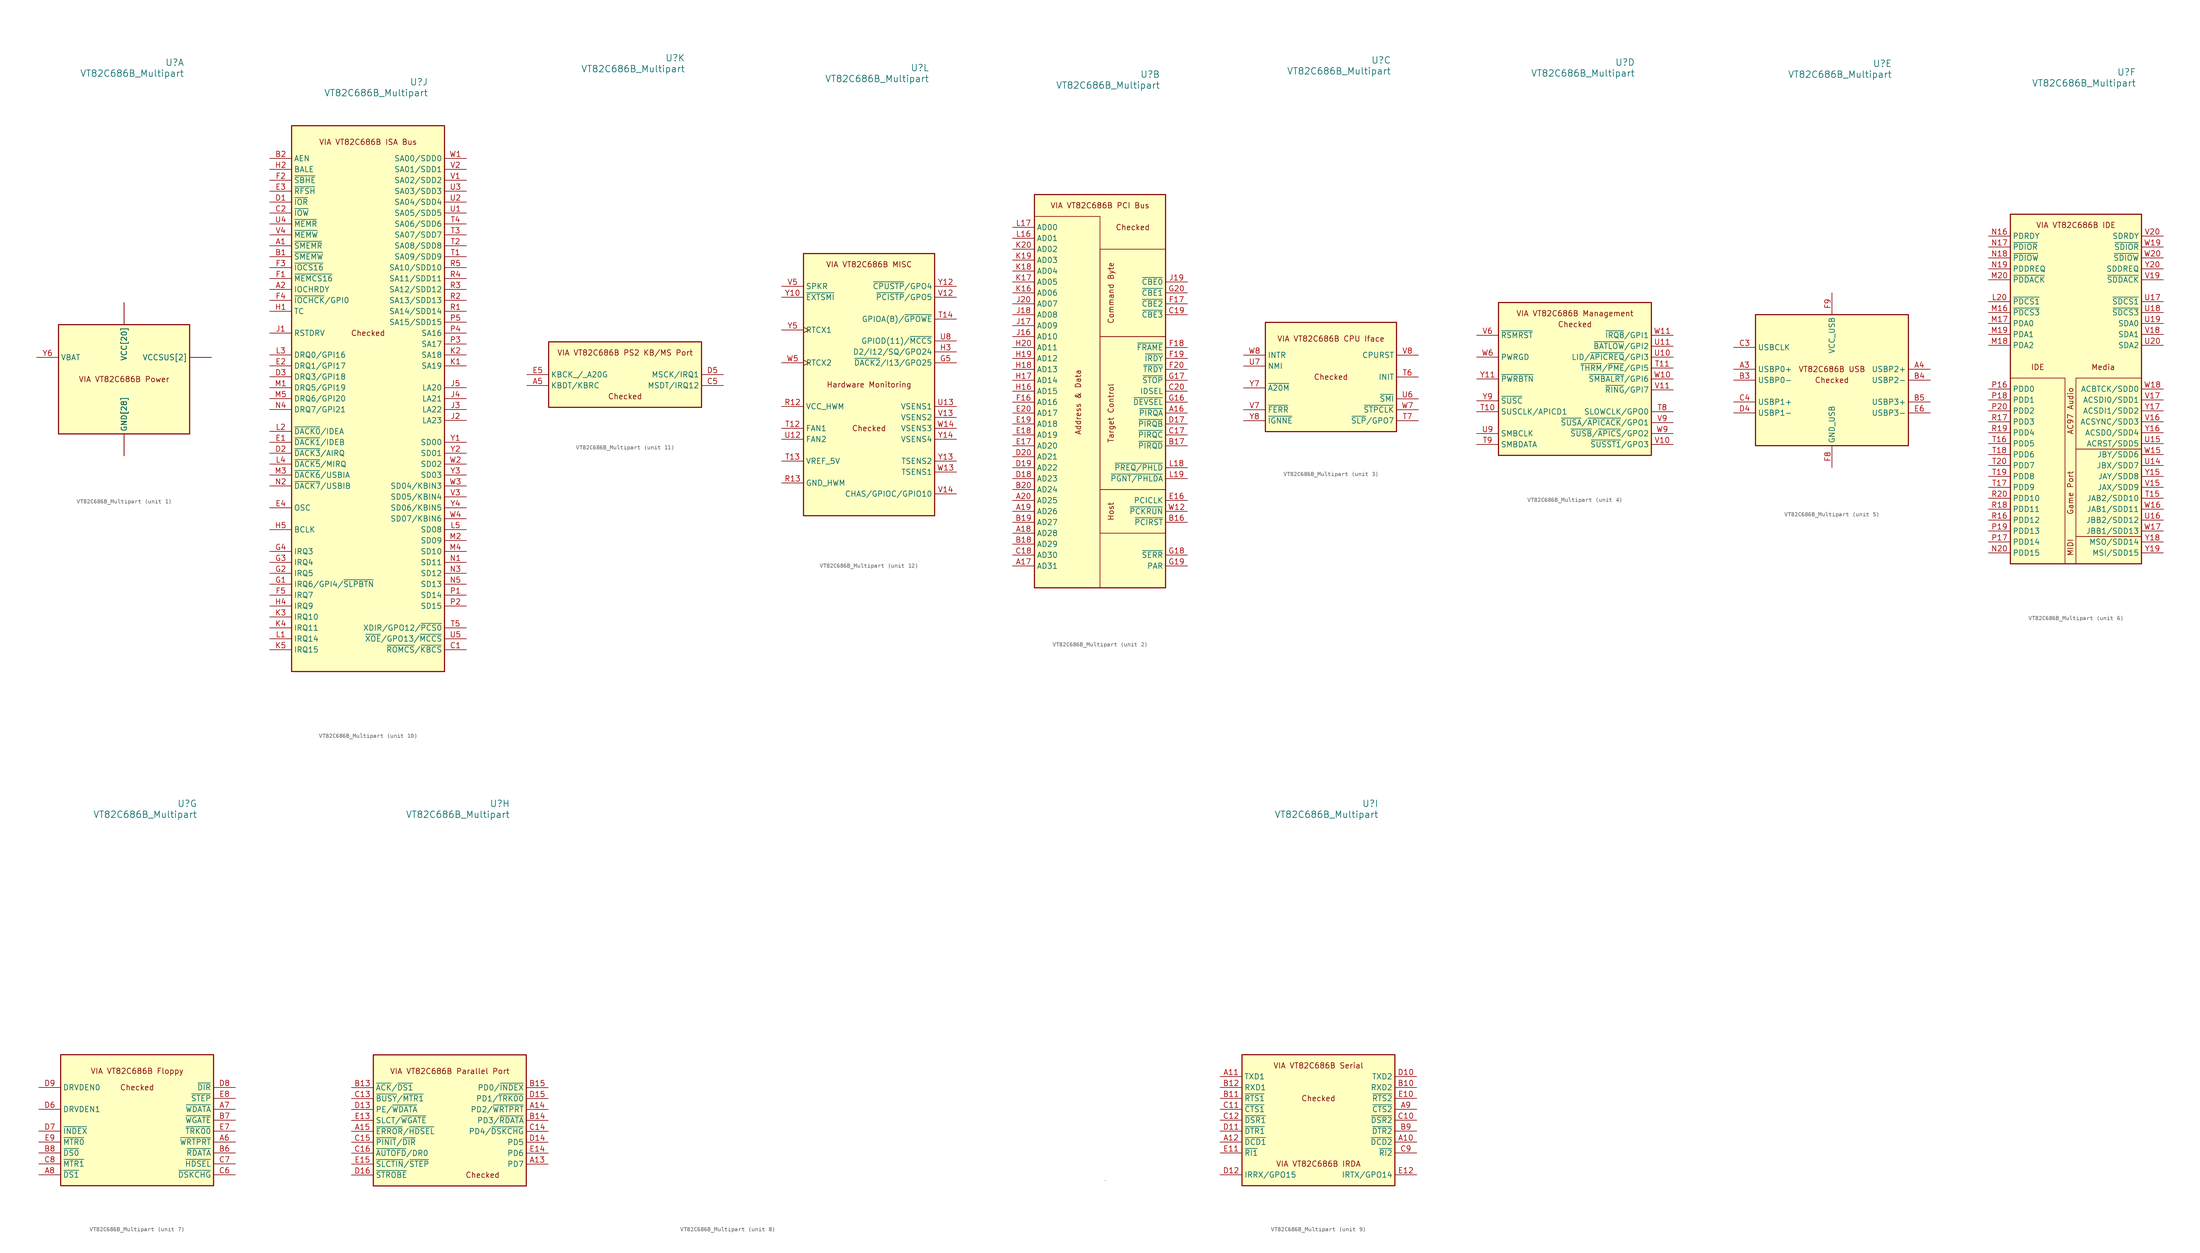
<source format=kicad_sym>
(kicad_symbol_lib
  (version 20211014)
  (generator kicad_symbol_editor)
  (symbol "VT82C686B_Multipart"
    (property "Reference" "U"
      (at 13.97 73.66 0)
      (effects (font (size 1.524 1.524)) (justify right)))
    (property "Value" "VT82C686B_Multipart"
      (at 13.97 71.12 0)
      (effects (font (size 1.524 1.524)) (justify right)))
    (property "ki_locked" ""
      (at 0 0 0)
      (effects (font (size 1.27 1.27))))
    (symbol "VT82C686B_Multipart_1_0"
      (text "VIA VT82C686B Power" (at 0 0 0) (effects (font (size 1.27 1.27))))
      (pin power_in line (at 0 17.78 270) (length 5.08) (name "VCC[20]" (effects (font (size 1.27 1.27)))) (number "F7" (effects (font (size 0 0))))))
    (symbol "VT82C686B_Multipart_1_1"
      (rectangle (start -15.24 12.7) (end 15.24 -12.7) (stroke (width 0.254) (type default) (color 0 0 0 0)) (fill (type background)))
      (pin power_in line (at 0 17.78 270) (length 5.08) (name "VCC[20]" (effects (font (size 1.27 1.27)))) (number "F10" (effects (font (size 0 0)))))
      (pin power_in line (at 0 -17.78 90) (length 5.08) (name "GND[28]" (effects (font (size 1.27 1.27)))) (number "F11" (effects (font (size 0 0)))))
      (pin power_in line (at 0 17.78 270) (length 5.08) (name "VCC[20]" (effects (font (size 1.27 1.27)))) (number "F12" (effects (font (size 0 0)))))
      (pin power_in line (at 0 17.78 270) (length 5.08) (name "VCC[20]" (effects (font (size 1.27 1.27)))) (number "F13" (effects (font (size 0 0)))))
      (pin power_in line (at 0 17.78 270) (length 5.08) (name "VCC[20]" (effects (font (size 1.27 1.27)))) (number "F14" (effects (font (size 0 0)))))
      (pin power_in line (at 0 -17.78 90) (length 5.08) (name "GND[28]" (effects (font (size 1.27 1.27)))) (number "F15" (effects (font (size 0 0)))))
      (pin power_in line (at 0 -17.78 90) (length 5.08) (name "GND[28]" (effects (font (size 1.27 1.27)))) (number "F6" (effects (font (size 0 0)))))
      (pin power_in line (at 0 -17.78 90) (length 5.08) (name "GND[28]" (effects (font (size 1.27 1.27)))) (number "G15" (effects (font (size 0 0)))))
      (pin power_in line (at 0 -17.78 90) (length 5.08) (name "GND[28]" (effects (font (size 1.27 1.27)))) (number "G6" (effects (font (size 0 0)))))
      (pin power_in line (at 0 17.78 270) (length 5.08) (name "VCC[20]" (effects (font (size 1.27 1.27)))) (number "H15" (effects (font (size 0 0)))))
      (pin power_in line (at 0 17.78 270) (length 5.08) (name "VCC[20]" (effects (font (size 1.27 1.27)))) (number "H6" (effects (font (size 0 0)))))
      (pin power_in line (at 0 -17.78 90) (length 5.08) (name "GND[28]" (effects (font (size 1.27 1.27)))) (number "J10" (effects (font (size 0 0)))))
      (pin power_in line (at 0 -17.78 90) (length 5.08) (name "GND[28]" (effects (font (size 1.27 1.27)))) (number "J11" (effects (font (size 0 0)))))
      (pin power_in line (at 0 -17.78 90) (length 5.08) (name "GND[28]" (effects (font (size 1.27 1.27)))) (number "J12" (effects (font (size 0 0)))))
      (pin power_in line (at 0 17.78 270) (length 5.08) (name "VCC[20]" (effects (font (size 1.27 1.27)))) (number "J15" (effects (font (size 0 0)))))
      (pin power_in line (at 0 17.78 270) (length 5.08) (name "VCC[20]" (effects (font (size 1.27 1.27)))) (number "J6" (effects (font (size 0 0)))))
      (pin power_in line (at 0 -17.78 90) (length 5.08) (name "GND[28]" (effects (font (size 1.27 1.27)))) (number "J9" (effects (font (size 0 0)))))
      (pin power_in line (at 0 -17.78 90) (length 5.08) (name "GND[28]" (effects (font (size 1.27 1.27)))) (number "K10" (effects (font (size 0 0)))))
      (pin power_in line (at 0 -17.78 90) (length 5.08) (name "GND[28]" (effects (font (size 1.27 1.27)))) (number "K11" (effects (font (size 0 0)))))
      (pin power_in line (at 0 -17.78 90) (length 5.08) (name "GND[28]" (effects (font (size 1.27 1.27)))) (number "K12" (effects (font (size 0 0)))))
      (pin power_in line (at 0 17.78 270) (length 5.08) (name "VCC[20]" (effects (font (size 1.27 1.27)))) (number "K15" (effects (font (size 0 0)))))
      (pin power_in line (at 0 17.78 270) (length 5.08) (name "VCC[20]" (effects (font (size 1.27 1.27)))) (number "K6" (effects (font (size 0 0)))))
      (pin power_in line (at 0 -17.78 90) (length 5.08) (name "GND[28]" (effects (font (size 1.27 1.27)))) (number "K9" (effects (font (size 0 0)))))
      (pin power_in line (at 0 -17.78 90) (length 5.08) (name "GND[28]" (effects (font (size 1.27 1.27)))) (number "L10" (effects (font (size 0 0)))))
      (pin power_in line (at 0 -17.78 90) (length 5.08) (name "GND[28]" (effects (font (size 1.27 1.27)))) (number "L11" (effects (font (size 0 0)))))
      (pin power_in line (at 0 -17.78 90) (length 5.08) (name "GND[28]" (effects (font (size 1.27 1.27)))) (number "L12" (effects (font (size 0 0)))))
      (pin power_in line (at 0 -17.78 90) (length 5.08) (name "GND[28]" (effects (font (size 1.27 1.27)))) (number "L15" (effects (font (size 0 0)))))
      (pin power_in line (at 0 -17.78 90) (length 5.08) (name "GND[28]" (effects (font (size 1.27 1.27)))) (number "L6" (effects (font (size 0 0)))))
      (pin power_in line (at 0 -17.78 90) (length 5.08) (name "GND[28]" (effects (font (size 1.27 1.27)))) (number "L9" (effects (font (size 0 0)))))
      (pin power_in line (at 0 -17.78 90) (length 5.08) (name "GND[28]" (effects (font (size 1.27 1.27)))) (number "M10" (effects (font (size 0 0)))))
      (pin power_in line (at 0 -17.78 90) (length 5.08) (name "GND[28]" (effects (font (size 1.27 1.27)))) (number "M11" (effects (font (size 0 0)))))
      (pin power_in line (at 0 -17.78 90) (length 5.08) (name "GND[28]" (effects (font (size 1.27 1.27)))) (number "M12" (effects (font (size 0 0)))))
      (pin power_in line (at 0 17.78 270) (length 5.08) (name "VCC[20]" (effects (font (size 1.27 1.27)))) (number "M15" (effects (font (size 0 0)))))
      (pin power_in line (at 0 17.78 270) (length 5.08) (name "VCC[20]" (effects (font (size 1.27 1.27)))) (number "M6" (effects (font (size 0 0)))))
      (pin power_in line (at 0 -17.78 90) (length 5.08) (name "GND[28]" (effects (font (size 1.27 1.27)))) (number "M9" (effects (font (size 0 0)))))
      (pin power_in line (at 0 17.78 270) (length 5.08) (name "VCC[20]" (effects (font (size 1.27 1.27)))) (number "N15" (effects (font (size 0 0)))))
      (pin power_in line (at 0 17.78 270) (length 5.08) (name "VCC[20]" (effects (font (size 1.27 1.27)))) (number "N6" (effects (font (size 0 0)))))
      (pin power_in line (at 0 -17.78 90) (length 5.08) (name "GND[28]" (effects (font (size 1.27 1.27)))) (number "P15" (effects (font (size 0 0)))))
      (pin power_in line (at 0 -17.78 90) (length 5.08) (name "GND[28]" (effects (font (size 1.27 1.27)))) (number "P6" (effects (font (size 0 0)))))
      (pin power_in line (at 20.32 5.08 180) (length 5.08) (name "VCCSUS[2]" (effects (font (size 1.27 1.27)))) (number "R10" (effects (font (size 0 0)))))
      (pin power_in line (at 0 17.78 270) (length 5.08) (name "VCC[20]" (effects (font (size 1.27 1.27)))) (number "R11" (effects (font (size 0 0)))))
      (pin power_in line (at 0 17.78 270) (length 5.08) (name "VCC[20]" (effects (font (size 1.27 1.27)))) (number "R14" (effects (font (size 0 0)))))
      (pin power_in line (at 0 -17.78 90) (length 5.08) (name "GND[28]" (effects (font (size 1.27 1.27)))) (number "R15" (effects (font (size 0 0)))))
      (pin power_in line (at 0 -17.78 90) (length 5.08) (name "GND[28]" (effects (font (size 1.27 1.27)))) (number "R6" (effects (font (size 0 0)))))
      (pin power_in line (at 0 17.78 270) (length 5.08) (name "VCC[20]" (effects (font (size 1.27 1.27)))) (number "R7" (effects (font (size 0 0)))))
      (pin power_in line (at 0 17.78 270) (length 5.08) (name "VCC[20]" (effects (font (size 1.27 1.27)))) (number "R8" (effects (font (size 0 0)))))
      (pin power_in line (at 20.32 5.08 180) (length 5.08) (name "VCCSUS[2]" (effects (font (size 1.27 1.27)))) (number "R9" (effects (font (size 0 0)))))
      (pin input line (at -20.32 5.08 0) (length 5.08) (name "VBAT" (effects (font (size 1.27 1.27)))) (number "Y6" (effects (font (size 1.27 1.27))))))
    (symbol "VT82C686B_Multipart_2_0"
      (rectangle (start -15.24 40.64) (end 0 -45.72) (stroke (width 0.152) (type default) (color 0 0 0 0)) (fill (type none)))
      (rectangle (start 0 -22.86) (end 15.24 -33.02) (stroke (width 0.152) (type default) (color 0 0 0 0)) (fill (type none)))
      (rectangle (start 0 12.7) (end 15.24 -22.86) (stroke (width 0.152) (type default) (color 0 0 0 0)) (fill (type none)))
      (rectangle (start 0 33.02) (end 15.24 12.7) (stroke (width 0.152) (type default) (color 0 0 0 0)) (fill (type none)))
      (text "Address & Data" (at -5.08 -2.54 900) (effects (font (size 1.27 1.27))))
      (text "Command Byte" (at 2.54 22.86 900) (effects (font (size 1.27 1.27))))
      (text "Host" (at 2.54 -27.94 900) (effects (font (size 1.27 1.27))))
      (text "Target Control" (at 2.54 -5.08 900) (effects (font (size 1.27 1.27))))
      (text "VIA VT82C686B PCI Bus" (at 0 43.18 0) (effects (font (size 1.27 1.27)))))
    (symbol "VT82C686B_Multipart_2_1"
      (rectangle (start -15.24 45.72) (end 15.24 -45.72) (stroke (width 0.254) (type default) (color 0 0 0 0)) (fill (type background)))
      (text "Checked" (at 7.62 38.1 0) (effects (font (size 1.27 1.27))))
      (pin input line (at 20.32 -5.08 180) (length 5.08) (name "~{PIRQA}" (effects (font (size 1.27 1.27)))) (number "A16" (effects (font (size 1.27 1.27)))))
      (pin bidirectional line (at -20.32 -40.64 0) (length 5.08) (name "AD31" (effects (font (size 1.27 1.27)))) (number "A17" (effects (font (size 1.27 1.27)))))
      (pin bidirectional line (at -20.32 -33.02 0) (length 5.08) (name "AD28" (effects (font (size 1.27 1.27)))) (number "A18" (effects (font (size 1.27 1.27)))))
      (pin bidirectional line (at -20.32 -27.94 0) (length 5.08) (name "AD26" (effects (font (size 1.27 1.27)))) (number "A19" (effects (font (size 1.27 1.27)))))
      (pin bidirectional line (at -20.32 -25.4 0) (length 5.08) (name "AD25" (effects (font (size 1.27 1.27)))) (number "A20" (effects (font (size 1.27 1.27)))))
      (pin output line (at 20.32 -30.48 180) (length 5.08) (name "~{PCIRST}" (effects (font (size 1.27 1.27)))) (number "B16" (effects (font (size 1.27 1.27)))))
      (pin input line (at 20.32 -12.7 180) (length 5.08) (name "~{PIRQD}" (effects (font (size 1.27 1.27)))) (number "B17" (effects (font (size 1.27 1.27)))))
      (pin bidirectional line (at -20.32 -35.56 0) (length 5.08) (name "AD29" (effects (font (size 1.27 1.27)))) (number "B18" (effects (font (size 1.27 1.27)))))
      (pin bidirectional line (at -20.32 -30.48 0) (length 5.08) (name "AD27" (effects (font (size 1.27 1.27)))) (number "B19" (effects (font (size 1.27 1.27)))))
      (pin bidirectional line (at -20.32 -22.86 0) (length 5.08) (name "AD24" (effects (font (size 1.27 1.27)))) (number "B20" (effects (font (size 1.27 1.27)))))
      (pin input line (at 20.32 -10.16 180) (length 5.08) (name "~{PIRQC}" (effects (font (size 1.27 1.27)))) (number "C17" (effects (font (size 1.27 1.27)))))
      (pin bidirectional line (at -20.32 -38.1 0) (length 5.08) (name "AD30" (effects (font (size 1.27 1.27)))) (number "C18" (effects (font (size 1.27 1.27)))))
      (pin bidirectional line (at 20.32 17.78 180) (length 5.08) (name "~{CBE3}" (effects (font (size 1.27 1.27)))) (number "C19" (effects (font (size 1.27 1.27)))))
      (pin input line (at 20.32 0 180) (length 5.08) (name "IDSEL" (effects (font (size 1.27 1.27)))) (number "C20" (effects (font (size 1.27 1.27)))))
      (pin input line (at 20.32 -7.62 180) (length 5.08) (name "~{PIRQB}" (effects (font (size 1.27 1.27)))) (number "D17" (effects (font (size 1.27 1.27)))))
      (pin bidirectional line (at -20.32 -20.32 0) (length 5.08) (name "AD23" (effects (font (size 1.27 1.27)))) (number "D18" (effects (font (size 1.27 1.27)))))
      (pin bidirectional line (at -20.32 -17.78 0) (length 5.08) (name "AD22" (effects (font (size 1.27 1.27)))) (number "D19" (effects (font (size 1.27 1.27)))))
      (pin bidirectional line (at -20.32 -15.24 0) (length 5.08) (name "AD21" (effects (font (size 1.27 1.27)))) (number "D20" (effects (font (size 1.27 1.27)))))
      (pin input line (at 20.32 -25.4 180) (length 5.08) (name "PCICLK" (effects (font (size 1.27 1.27)))) (number "E16" (effects (font (size 1.27 1.27)))))
      (pin bidirectional line (at -20.32 -12.7 0) (length 5.08) (name "AD20" (effects (font (size 1.27 1.27)))) (number "E17" (effects (font (size 1.27 1.27)))))
      (pin bidirectional line (at -20.32 -10.16 0) (length 5.08) (name "AD19" (effects (font (size 1.27 1.27)))) (number "E18" (effects (font (size 1.27 1.27)))))
      (pin bidirectional line (at -20.32 -7.62 0) (length 5.08) (name "AD18" (effects (font (size 1.27 1.27)))) (number "E19" (effects (font (size 1.27 1.27)))))
      (pin bidirectional line (at -20.32 -5.08 0) (length 5.08) (name "AD17" (effects (font (size 1.27 1.27)))) (number "E20" (effects (font (size 1.27 1.27)))))
      (pin bidirectional line (at -20.32 -2.54 0) (length 5.08) (name "AD16" (effects (font (size 1.27 1.27)))) (number "F16" (effects (font (size 1.27 1.27)))))
      (pin bidirectional line (at 20.32 20.32 180) (length 5.08) (name "~{CBE2}" (effects (font (size 1.27 1.27)))) (number "F17" (effects (font (size 1.27 1.27)))))
      (pin bidirectional line (at 20.32 10.16 180) (length 5.08) (name "~{FRAME}" (effects (font (size 1.27 1.27)))) (number "F18" (effects (font (size 1.27 1.27)))))
      (pin bidirectional line (at 20.32 7.62 180) (length 5.08) (name "~{IRDY}" (effects (font (size 1.27 1.27)))) (number "F19" (effects (font (size 1.27 1.27)))))
      (pin bidirectional line (at 20.32 5.08 180) (length 5.08) (name "~{TRDY}" (effects (font (size 1.27 1.27)))) (number "F20" (effects (font (size 1.27 1.27)))))
      (pin bidirectional line (at 20.32 -2.54 180) (length 5.08) (name "~{DEVSEL}" (effects (font (size 1.27 1.27)))) (number "G16" (effects (font (size 1.27 1.27)))))
      (pin bidirectional line (at 20.32 2.54 180) (length 5.08) (name "~{STOP}" (effects (font (size 1.27 1.27)))) (number "G17" (effects (font (size 1.27 1.27)))))
      (pin input line (at 20.32 -38.1 180) (length 5.08) (name "~{SERR}" (effects (font (size 1.27 1.27)))) (number "G18" (effects (font (size 1.27 1.27)))))
      (pin bidirectional line (at 20.32 -40.64 180) (length 5.08) (name "PAR" (effects (font (size 1.27 1.27)))) (number "G19" (effects (font (size 1.27 1.27)))))
      (pin bidirectional line (at 20.32 22.86 180) (length 5.08) (name "~{CBE1}" (effects (font (size 1.27 1.27)))) (number "G20" (effects (font (size 1.27 1.27)))))
      (pin bidirectional line (at -20.32 0 0) (length 5.08) (name "AD15" (effects (font (size 1.27 1.27)))) (number "H16" (effects (font (size 1.27 1.27)))))
      (pin bidirectional line (at -20.32 2.54 0) (length 5.08) (name "AD14" (effects (font (size 1.27 1.27)))) (number "H17" (effects (font (size 1.27 1.27)))))
      (pin bidirectional line (at -20.32 5.08 0) (length 5.08) (name "AD13" (effects (font (size 1.27 1.27)))) (number "H18" (effects (font (size 1.27 1.27)))))
      (pin bidirectional line (at -20.32 7.62 0) (length 5.08) (name "AD12" (effects (font (size 1.27 1.27)))) (number "H19" (effects (font (size 1.27 1.27)))))
      (pin bidirectional line (at -20.32 10.16 0) (length 5.08) (name "AD11" (effects (font (size 1.27 1.27)))) (number "H20" (effects (font (size 1.27 1.27)))))
      (pin bidirectional line (at -20.32 12.7 0) (length 5.08) (name "AD10" (effects (font (size 1.27 1.27)))) (number "J16" (effects (font (size 1.27 1.27)))))
      (pin bidirectional line (at -20.32 15.24 0) (length 5.08) (name "AD09" (effects (font (size 1.27 1.27)))) (number "J17" (effects (font (size 1.27 1.27)))))
      (pin bidirectional line (at -20.32 17.78 0) (length 5.08) (name "AD08" (effects (font (size 1.27 1.27)))) (number "J18" (effects (font (size 1.27 1.27)))))
      (pin bidirectional line (at 20.32 25.4 180) (length 5.08) (name "~{CBE0}" (effects (font (size 1.27 1.27)))) (number "J19" (effects (font (size 1.27 1.27)))))
      (pin bidirectional line (at -20.32 20.32 0) (length 5.08) (name "AD07" (effects (font (size 1.27 1.27)))) (number "J20" (effects (font (size 1.27 1.27)))))
      (pin bidirectional line (at -20.32 22.86 0) (length 5.08) (name "AD06" (effects (font (size 1.27 1.27)))) (number "K16" (effects (font (size 1.27 1.27)))))
      (pin bidirectional line (at -20.32 25.4 0) (length 5.08) (name "AD05" (effects (font (size 1.27 1.27)))) (number "K17" (effects (font (size 1.27 1.27)))))
      (pin bidirectional line (at -20.32 27.94 0) (length 5.08) (name "AD04" (effects (font (size 1.27 1.27)))) (number "K18" (effects (font (size 1.27 1.27)))))
      (pin bidirectional line (at -20.32 30.48 0) (length 5.08) (name "AD03" (effects (font (size 1.27 1.27)))) (number "K19" (effects (font (size 1.27 1.27)))))
      (pin bidirectional line (at -20.32 33.02 0) (length 5.08) (name "AD02" (effects (font (size 1.27 1.27)))) (number "K20" (effects (font (size 1.27 1.27)))))
      (pin bidirectional line (at -20.32 35.56 0) (length 5.08) (name "AD01" (effects (font (size 1.27 1.27)))) (number "L16" (effects (font (size 1.27 1.27)))))
      (pin bidirectional line (at -20.32 38.1 0) (length 5.08) (name "AD00" (effects (font (size 1.27 1.27)))) (number "L17" (effects (font (size 1.27 1.27)))))
      (pin output line (at 20.32 -17.78 180) (length 5.08) (name "~{PREQ/PHLD}" (effects (font (size 1.27 1.27)))) (number "L18" (effects (font (size 1.27 1.27)))))
      (pin input line (at 20.32 -20.32 180) (length 5.08) (name "~{PGNT/PHLDA}" (effects (font (size 1.27 1.27)))) (number "L19" (effects (font (size 1.27 1.27)))))
      (pin bidirectional line (at 20.32 -27.94 180) (length 5.08) (name "~{PCKRUN}" (effects (font (size 1.27 1.27)))) (number "W12" (effects (font (size 1.27 1.27))))))
    (symbol "VT82C686B_Multipart_3_0"
      (text "VIA VT82C686B CPU Iface" (at 0 8.89 0) (effects (font (size 1.27 1.27)))))
    (symbol "VT82C686B_Multipart_3_1"
      (rectangle (start -15.24 12.7) (end 15.24 -12.7) (stroke (width 0.254) (type default) (color 0 0 0 0)) (fill (type background)))
      (text "Checked" (at 0 0 0) (effects (font (size 1.27 1.27))))
      (pin open_collector line (at 20.32 0 180) (length 5.08) (name "INIT" (effects (font (size 1.27 1.27)))) (number "T6" (effects (font (size 1.27 1.27)))))
      (pin open_collector line (at 20.32 -10.16 180) (length 5.08) (name "~{SLP}/GPO7" (effects (font (size 1.27 1.27)))) (number "T7" (effects (font (size 1.27 1.27)))))
      (pin open_collector line (at 20.32 -5.08 180) (length 5.08) (name "~{SMI}" (effects (font (size 1.27 1.27)))) (number "U6" (effects (font (size 1.27 1.27)))))
      (pin open_collector line (at -20.32 2.54 0) (length 5.08) (name "NMI" (effects (font (size 1.27 1.27)))) (number "U7" (effects (font (size 1.27 1.27)))))
      (pin input line (at -20.32 -7.62 0) (length 5.08) (name "~{FERR}" (effects (font (size 1.27 1.27)))) (number "V7" (effects (font (size 1.27 1.27)))))
      (pin open_collector line (at 20.32 5.08 180) (length 5.08) (name "CPURST" (effects (font (size 1.27 1.27)))) (number "V8" (effects (font (size 1.27 1.27)))))
      (pin open_collector line (at 20.32 -7.62 180) (length 5.08) (name "~{STPCLK}" (effects (font (size 1.27 1.27)))) (number "W7" (effects (font (size 1.27 1.27)))))
      (pin open_collector line (at -20.32 5.08 0) (length 5.08) (name "INTR" (effects (font (size 1.27 1.27)))) (number "W8" (effects (font (size 1.27 1.27)))))
      (pin open_collector line (at -20.32 -2.54 0) (length 5.08) (name "~{A20M}" (effects (font (size 1.27 1.27)))) (number "Y7" (effects (font (size 1.27 1.27)))))
      (pin open_collector line (at -20.32 -10.16 0) (length 5.08) (name "~{IGNNE}" (effects (font (size 1.27 1.27)))) (number "Y8" (effects (font (size 1.27 1.27))))))
    (symbol "VT82C686B_Multipart_4_0"
      (text "VIA VT82C686B Management" (at 0 15.24 0) (effects (font (size 1.27 1.27)))))
    (symbol "VT82C686B_Multipart_4_1"
      (rectangle (start -17.78 17.78) (end 17.78 -17.78) (stroke (width 0.254) (type default) (color 0 0 0 0)) (fill (type background)))
      (text "Checked" (at 0 12.7 0) (effects (font (size 1.27 1.27))))
      (pin output line (at -22.86 -7.62 0) (length 5.08) (name "SUSCLK/APICD1" (effects (font (size 1.27 1.27)))) (number "T10" (effects (font (size 1.27 1.27)))))
      (pin input line (at 22.86 2.54 180) (length 5.08) (name "~{THRM}/~{PME}/GPI5" (effects (font (size 1.27 1.27)))) (number "T11" (effects (font (size 1.27 1.27)))))
      (pin output line (at 22.86 -7.62 180) (length 5.08) (name "SLOWCLK/GPO0" (effects (font (size 1.27 1.27)))) (number "T8" (effects (font (size 1.27 1.27)))))
      (pin bidirectional line (at -22.86 -15.24 0) (length 5.08) (name "SMBDATA" (effects (font (size 1.27 1.27)))) (number "T9" (effects (font (size 1.27 1.27)))))
      (pin input line (at 22.86 5.08 180) (length 5.08) (name "LID/~{APICREQ}/GPI3" (effects (font (size 1.27 1.27)))) (number "U10" (effects (font (size 1.27 1.27)))))
      (pin input line (at 22.86 7.62 180) (length 5.08) (name "~{BATLOW}/GPI2" (effects (font (size 1.27 1.27)))) (number "U11" (effects (font (size 1.27 1.27)))))
      (pin bidirectional line (at -22.86 -12.7 0) (length 5.08) (name "SMBCLK" (effects (font (size 1.27 1.27)))) (number "U9" (effects (font (size 1.27 1.27)))))
      (pin output line (at 22.86 -15.24 180) (length 5.08) (name "~{SUSST1}/GPO3" (effects (font (size 1.27 1.27)))) (number "V10" (effects (font (size 1.27 1.27)))))
      (pin input line (at 22.86 -2.54 180) (length 5.08) (name "~{RING}/GPI7" (effects (font (size 1.27 1.27)))) (number "V11" (effects (font (size 1.27 1.27)))))
      (pin input line (at -22.86 10.16 0) (length 5.08) (name "~{RSMRST}" (effects (font (size 1.27 1.27)))) (number "V6" (effects (font (size 1.27 1.27)))))
      (pin output line (at 22.86 -10.16 180) (length 5.08) (name "~{SUSA}/~{APICACK}/GPO1" (effects (font (size 1.27 1.27)))) (number "V9" (effects (font (size 1.27 1.27)))))
      (pin input line (at 22.86 0 180) (length 5.08) (name "~{SMBALRT}/GPI6" (effects (font (size 1.27 1.27)))) (number "W10" (effects (font (size 1.27 1.27)))))
      (pin input line (at 22.86 10.16 180) (length 5.08) (name "~{IRQ8}/GPI1" (effects (font (size 1.27 1.27)))) (number "W11" (effects (font (size 1.27 1.27)))))
      (pin input line (at -22.86 5.08 0) (length 5.08) (name "PWRGD" (effects (font (size 1.27 1.27)))) (number "W6" (effects (font (size 1.27 1.27)))))
      (pin output line (at 22.86 -12.7 180) (length 5.08) (name "~{SUSB}/~{APICS}/GPO2" (effects (font (size 1.27 1.27)))) (number "W9" (effects (font (size 1.27 1.27)))))
      (pin input line (at -22.86 0 0) (length 5.08) (name "~{PWRBTN}" (effects (font (size 1.27 1.27)))) (number "Y11" (effects (font (size 1.27 1.27)))))
      (pin output line (at -22.86 -5.08 0) (length 5.08) (name "~{SUSC}" (effects (font (size 1.27 1.27)))) (number "Y9" (effects (font (size 1.27 1.27))))))
    (symbol "VT82C686B_Multipart_5_0"
      (text "VT82C686B USB" (at 0 2.54 0) (effects (font (size 1.27 1.27)))))
    (symbol "VT82C686B_Multipart_5_1"
      (rectangle (start -17.78 15.24) (end 17.78 -15.24) (stroke (width 0.254) (type default) (color 0 0 0 0)) (fill (type background)))
      (text "Checked" (at 0 0 0) (effects (font (size 1.27 1.27))))
      (pin bidirectional line (at -22.86 2.54 0) (length 5.08) (name "USBP0+" (effects (font (size 1.27 1.27)))) (number "A3" (effects (font (size 1.27 1.27)))))
      (pin bidirectional line (at 22.86 2.54 180) (length 5.08) (name "USBP2+" (effects (font (size 1.27 1.27)))) (number "A4" (effects (font (size 1.27 1.27)))))
      (pin bidirectional line (at -22.86 0 0) (length 5.08) (name "USBP0-" (effects (font (size 1.27 1.27)))) (number "B3" (effects (font (size 1.27 1.27)))))
      (pin bidirectional line (at 22.86 0 180) (length 5.08) (name "USBP2-" (effects (font (size 1.27 1.27)))) (number "B4" (effects (font (size 1.27 1.27)))))
      (pin bidirectional line (at 22.86 -5.08 180) (length 5.08) (name "USBP3+" (effects (font (size 1.27 1.27)))) (number "B5" (effects (font (size 1.27 1.27)))))
      (pin input line (at -22.86 7.62 0) (length 5.08) (name "USBCLK" (effects (font (size 1.27 1.27)))) (number "C3" (effects (font (size 1.27 1.27)))))
      (pin bidirectional line (at -22.86 -5.08 0) (length 5.08) (name "USBP1+" (effects (font (size 1.27 1.27)))) (number "C4" (effects (font (size 1.27 1.27)))))
      (pin bidirectional line (at -22.86 -7.62 0) (length 5.08) (name "USBP1-" (effects (font (size 1.27 1.27)))) (number "D4" (effects (font (size 1.27 1.27)))))
      (pin bidirectional line (at 22.86 -7.62 180) (length 5.08) (name "USBP3-" (effects (font (size 1.27 1.27)))) (number "E6" (effects (font (size 1.27 1.27)))))
      (pin power_in line (at 0 -20.32 90) (length 5.08) (name "GND_USB" (effects (font (size 1.27 1.27)))) (number "F8" (effects (font (size 1.27 1.27)))))
      (pin power_in line (at 0 20.32 270) (length 5.08) (name "VCC_USB" (effects (font (size 1.27 1.27)))) (number "F9" (effects (font (size 1.27 1.27))))))
    (symbol "VT82C686B_Multipart_6_0"
      (text "AC97 Audio" (at -1.27 -5.08 900) (effects (font (size 1.27 1.27))))
      (text "Game Port" (at -1.27 -24.13 900) (effects (font (size 1.27 1.27))))
      (text "IDE" (at -8.89 5.08 0) (effects (font (size 1.27 1.27))))
      (text "Media" (at 6.35 5.08 0) (effects (font (size 1.27 1.27))))
      (text "MIDI" (at -1.27 -36.83 900) (effects (font (size 1.27 1.27))))
      (text "VIA VT82C686B IDE" (at 0 38.1 0) (effects (font (size 1.27 1.27)))))
    (symbol "VT82C686B_Multipart_6_1"
      (rectangle (start -15.24 2.54) (end -2.54 -40.64) (stroke (width 0.152) (type default) (color 0 0 0 0)) (fill (type none)))
      (rectangle (start -15.24 40.64) (end 15.24 -40.64) (stroke (width 0.254) (type default) (color 0 0 0 0)) (fill (type background)))
      (rectangle (start 0 -34.29) (end 15.24 -40.64) (stroke (width 0.152) (type default) (color 0 0 0 0)) (fill (type none)))
      (rectangle (start 0 -13.97) (end 15.24 -34.29) (stroke (width 0.152) (type default) (color 0 0 0 0)) (fill (type none)))
      (rectangle (start 0 2.54) (end 15.24 -13.97) (stroke (width 0.152) (type default) (color 0 0 0 0)) (fill (type none)))
      (pin output line (at -20.32 20.32 0) (length 5.08) (name "~{PDCS1}" (effects (font (size 1.27 1.27)))) (number "L20" (effects (font (size 1.27 1.27)))))
      (pin output line (at -20.32 17.78 0) (length 5.08) (name "~{PDCS3}" (effects (font (size 1.27 1.27)))) (number "M16" (effects (font (size 1.27 1.27)))))
      (pin output line (at -20.32 15.24 0) (length 5.08) (name "PDA0" (effects (font (size 1.27 1.27)))) (number "M17" (effects (font (size 1.27 1.27)))))
      (pin output line (at -20.32 10.16 0) (length 5.08) (name "PDA2" (effects (font (size 1.27 1.27)))) (number "M18" (effects (font (size 1.27 1.27)))))
      (pin output line (at -20.32 12.7 0) (length 5.08) (name "PDA1" (effects (font (size 1.27 1.27)))) (number "M19" (effects (font (size 1.27 1.27)))))
      (pin output line (at -20.32 25.4 0) (length 5.08) (name "~{PDDACK}" (effects (font (size 1.27 1.27)))) (number "M20" (effects (font (size 1.27 1.27)))))
      (pin input line (at -20.32 35.56 0) (length 5.08) (name "PDRDY" (effects (font (size 1.27 1.27)))) (number "N16" (effects (font (size 1.27 1.27)))))
      (pin output line (at -20.32 33.02 0) (length 5.08) (name "~{PDIOR}" (effects (font (size 1.27 1.27)))) (number "N17" (effects (font (size 1.27 1.27)))))
      (pin output line (at -20.32 30.48 0) (length 5.08) (name "~{PDIOW}" (effects (font (size 1.27 1.27)))) (number "N18" (effects (font (size 1.27 1.27)))))
      (pin input line (at -20.32 27.94 0) (length 5.08) (name "PDDREQ" (effects (font (size 1.27 1.27)))) (number "N19" (effects (font (size 1.27 1.27)))))
      (pin bidirectional line (at -20.32 -38.1 0) (length 5.08) (name "PDD15" (effects (font (size 1.27 1.27)))) (number "N20" (effects (font (size 1.27 1.27)))))
      (pin bidirectional line (at -20.32 0 0) (length 5.08) (name "PDD0" (effects (font (size 1.27 1.27)))) (number "P16" (effects (font (size 1.27 1.27)))))
      (pin bidirectional line (at -20.32 -35.56 0) (length 5.08) (name "PDD14" (effects (font (size 1.27 1.27)))) (number "P17" (effects (font (size 1.27 1.27)))))
      (pin bidirectional line (at -20.32 -2.54 0) (length 5.08) (name "PDD1" (effects (font (size 1.27 1.27)))) (number "P18" (effects (font (size 1.27 1.27)))))
      (pin bidirectional line (at -20.32 -33.02 0) (length 5.08) (name "PDD13" (effects (font (size 1.27 1.27)))) (number "P19" (effects (font (size 1.27 1.27)))))
      (pin bidirectional line (at -20.32 -5.08 0) (length 5.08) (name "PDD2" (effects (font (size 1.27 1.27)))) (number "P20" (effects (font (size 1.27 1.27)))))
      (pin bidirectional line (at -20.32 -30.48 0) (length 5.08) (name "PDD12" (effects (font (size 1.27 1.27)))) (number "R16" (effects (font (size 1.27 1.27)))))
      (pin bidirectional line (at -20.32 -7.62 0) (length 5.08) (name "PDD3" (effects (font (size 1.27 1.27)))) (number "R17" (effects (font (size 1.27 1.27)))))
      (pin bidirectional line (at -20.32 -27.94 0) (length 5.08) (name "PDD11" (effects (font (size 1.27 1.27)))) (number "R18" (effects (font (size 1.27 1.27)))))
      (pin bidirectional line (at -20.32 -10.16 0) (length 5.08) (name "PDD4" (effects (font (size 1.27 1.27)))) (number "R19" (effects (font (size 1.27 1.27)))))
      (pin bidirectional line (at -20.32 -25.4 0) (length 5.08) (name "PDD10" (effects (font (size 1.27 1.27)))) (number "R20" (effects (font (size 1.27 1.27)))))
      (pin input line (at 20.32 -25.4 180) (length 5.08) (name "JAB2/SDD10" (effects (font (size 1.27 1.27)))) (number "T15" (effects (font (size 1.27 1.27)))))
      (pin bidirectional line (at -20.32 -12.7 0) (length 5.08) (name "PDD5" (effects (font (size 1.27 1.27)))) (number "T16" (effects (font (size 1.27 1.27)))))
      (pin bidirectional line (at -20.32 -22.86 0) (length 5.08) (name "PDD9" (effects (font (size 1.27 1.27)))) (number "T17" (effects (font (size 1.27 1.27)))))
      (pin bidirectional line (at -20.32 -15.24 0) (length 5.08) (name "PDD6" (effects (font (size 1.27 1.27)))) (number "T18" (effects (font (size 1.27 1.27)))))
      (pin bidirectional line (at -20.32 -20.32 0) (length 5.08) (name "PDD8" (effects (font (size 1.27 1.27)))) (number "T19" (effects (font (size 1.27 1.27)))))
      (pin bidirectional line (at -20.32 -17.78 0) (length 5.08) (name "PDD7" (effects (font (size 1.27 1.27)))) (number "T20" (effects (font (size 1.27 1.27)))))
      (pin input line (at 20.32 -17.78 180) (length 5.08) (name "JBX/SDD7" (effects (font (size 1.27 1.27)))) (number "U14" (effects (font (size 1.27 1.27)))))
      (pin output line (at 20.32 -12.7 180) (length 5.08) (name "ACRST/SDD5" (effects (font (size 1.27 1.27)))) (number "U15" (effects (font (size 1.27 1.27)))))
      (pin input line (at 20.32 -30.48 180) (length 5.08) (name "JBB2/SDD12" (effects (font (size 1.27 1.27)))) (number "U16" (effects (font (size 1.27 1.27)))))
      (pin output line (at 20.32 20.32 180) (length 5.08) (name "~{SDCS1}" (effects (font (size 1.27 1.27)))) (number "U17" (effects (font (size 1.27 1.27)))))
      (pin output line (at 20.32 17.78 180) (length 5.08) (name "~{SDCS3}" (effects (font (size 1.27 1.27)))) (number "U18" (effects (font (size 1.27 1.27)))))
      (pin output line (at 20.32 15.24 180) (length 5.08) (name "SDA0" (effects (font (size 1.27 1.27)))) (number "U19" (effects (font (size 1.27 1.27)))))
      (pin output line (at 20.32 10.16 180) (length 5.08) (name "SDA2" (effects (font (size 1.27 1.27)))) (number "U20" (effects (font (size 1.27 1.27)))))
      (pin input line (at 20.32 -22.86 180) (length 5.08) (name "JAX/SDD9" (effects (font (size 1.27 1.27)))) (number "V15" (effects (font (size 1.27 1.27)))))
      (pin output line (at 20.32 -7.62 180) (length 5.08) (name "ACSYNC/SDD3" (effects (font (size 1.27 1.27)))) (number "V16" (effects (font (size 1.27 1.27)))))
      (pin input line (at 20.32 -2.54 180) (length 5.08) (name "ACSDI0/SDD1" (effects (font (size 1.27 1.27)))) (number "V17" (effects (font (size 1.27 1.27)))))
      (pin output line (at 20.32 12.7 180) (length 5.08) (name "SDA1" (effects (font (size 1.27 1.27)))) (number "V18" (effects (font (size 1.27 1.27)))))
      (pin output line (at 20.32 25.4 180) (length 5.08) (name "~{SDDACK}" (effects (font (size 1.27 1.27)))) (number "V19" (effects (font (size 1.27 1.27)))))
      (pin input line (at 20.32 35.56 180) (length 5.08) (name "SDRDY" (effects (font (size 1.27 1.27)))) (number "V20" (effects (font (size 1.27 1.27)))))
      (pin input line (at 20.32 -15.24 180) (length 5.08) (name "JBY/SDD6" (effects (font (size 1.27 1.27)))) (number "W15" (effects (font (size 1.27 1.27)))))
      (pin input line (at 20.32 -27.94 180) (length 5.08) (name "JAB1/SDD11" (effects (font (size 1.27 1.27)))) (number "W16" (effects (font (size 1.27 1.27)))))
      (pin input line (at 20.32 -33.02 180) (length 5.08) (name "JBB1/SDD13" (effects (font (size 1.27 1.27)))) (number "W17" (effects (font (size 1.27 1.27)))))
      (pin input line (at 20.32 0 180) (length 5.08) (name "ACBTCK/SDD0" (effects (font (size 1.27 1.27)))) (number "W18" (effects (font (size 1.27 1.27)))))
      (pin output line (at 20.32 33.02 180) (length 5.08) (name "~{SDIOR}" (effects (font (size 1.27 1.27)))) (number "W19" (effects (font (size 1.27 1.27)))))
      (pin output line (at 20.32 30.48 180) (length 5.08) (name "~{SDIOW}" (effects (font (size 1.27 1.27)))) (number "W20" (effects (font (size 1.27 1.27)))))
      (pin input line (at 20.32 -20.32 180) (length 5.08) (name "JAY/SDD8" (effects (font (size 1.27 1.27)))) (number "Y15" (effects (font (size 1.27 1.27)))))
      (pin output line (at 20.32 -10.16 180) (length 5.08) (name "ACSDO/SDD4" (effects (font (size 1.27 1.27)))) (number "Y16" (effects (font (size 1.27 1.27)))))
      (pin input line (at 20.32 -5.08 180) (length 5.08) (name "ACSDI1/SDD2" (effects (font (size 1.27 1.27)))) (number "Y17" (effects (font (size 1.27 1.27)))))
      (pin input line (at 20.32 -35.56 180) (length 5.08) (name "MSO/SDD14" (effects (font (size 1.27 1.27)))) (number "Y18" (effects (font (size 1.27 1.27)))))
      (pin input line (at 20.32 -38.1 180) (length 5.08) (name "MSI/SDD15" (effects (font (size 1.27 1.27)))) (number "Y19" (effects (font (size 1.27 1.27)))))
      (pin input line (at 20.32 27.94 180) (length 5.08) (name "SDDREQ" (effects (font (size 1.27 1.27)))) (number "Y20" (effects (font (size 1.27 1.27))))))
    (symbol "VT82C686B_Multipart_7_0"
      (text "VIA VT82C686B Floppy" (at 0 11.43 0) (effects (font (size 1.27 1.27)))))
    (symbol "VT82C686B_Multipart_7_1"
      (rectangle (start -17.78 15.24) (end 17.78 -15.24) (stroke (width 0.254) (type default) (color 0 0 0 0)) (fill (type background)))
      (text "Checked" (at 0 7.62 0) (effects (font (size 1.27 1.27))))
      (pin input line (at 22.86 -5.08 180) (length 5.08) (name "~{WRTPRT}" (effects (font (size 1.27 1.27)))) (number "A6" (effects (font (size 1.27 1.27)))))
      (pin output line (at 22.86 2.54 180) (length 5.08) (name "~{WDATA}" (effects (font (size 1.27 1.27)))) (number "A7" (effects (font (size 1.27 1.27)))))
      (pin output line (at -22.86 -12.7 0) (length 5.08) (name "~{DS1}" (effects (font (size 1.27 1.27)))) (number "A8" (effects (font (size 1.27 1.27)))))
      (pin input line (at 22.86 -7.62 180) (length 5.08) (name "~{RDATA}" (effects (font (size 1.27 1.27)))) (number "B6" (effects (font (size 1.27 1.27)))))
      (pin output line (at 22.86 0 180) (length 5.08) (name "~{WGATE}" (effects (font (size 1.27 1.27)))) (number "B7" (effects (font (size 1.27 1.27)))))
      (pin output line (at -22.86 -7.62 0) (length 5.08) (name "~{DS0}" (effects (font (size 1.27 1.27)))) (number "B8" (effects (font (size 1.27 1.27)))))
      (pin input line (at 22.86 -12.7 180) (length 5.08) (name "~{DSKCHG}" (effects (font (size 1.27 1.27)))) (number "C6" (effects (font (size 1.27 1.27)))))
      (pin output line (at 22.86 -10.16 180) (length 5.08) (name "~{HDSEL}" (effects (font (size 1.27 1.27)))) (number "C7" (effects (font (size 1.27 1.27)))))
      (pin output line (at -22.86 -10.16 0) (length 5.08) (name "~{MTR1}" (effects (font (size 1.27 1.27)))) (number "C8" (effects (font (size 1.27 1.27)))))
      (pin output line (at -22.86 2.54 0) (length 5.08) (name "DRVDEN1" (effects (font (size 1.27 1.27)))) (number "D6" (effects (font (size 1.27 1.27)))))
      (pin input line (at -22.86 -2.54 0) (length 5.08) (name "~{INDEX}" (effects (font (size 1.27 1.27)))) (number "D7" (effects (font (size 1.27 1.27)))))
      (pin output line (at 22.86 7.62 180) (length 5.08) (name "~{DIR}" (effects (font (size 1.27 1.27)))) (number "D8" (effects (font (size 1.27 1.27)))))
      (pin output line (at -22.86 7.62 0) (length 5.08) (name "DRVDEN0" (effects (font (size 1.27 1.27)))) (number "D9" (effects (font (size 1.27 1.27)))))
      (pin input line (at 22.86 -2.54 180) (length 5.08) (name "~{TRK00}" (effects (font (size 1.27 1.27)))) (number "E7" (effects (font (size 1.27 1.27)))))
      (pin output line (at 22.86 5.08 180) (length 5.08) (name "~{STEP}" (effects (font (size 1.27 1.27)))) (number "E8" (effects (font (size 1.27 1.27)))))
      (pin output line (at -22.86 -5.08 0) (length 5.08) (name "~{MTR0}" (effects (font (size 1.27 1.27)))) (number "E9" (effects (font (size 1.27 1.27))))))
    (symbol "VT82C686B_Multipart_8_0"
      (rectangle (start 152.4 -13.97) (end 152.4 -13.97) (stroke (width 0.152) (type default) (color 0 0 0 0)) (fill (type none)))
      (text "VIA VT82C686B Parallel Port" (at 0 11.43 0) (effects (font (size 1.27 1.27)))))
    (symbol "VT82C686B_Multipart_8_1"
      (rectangle (start -17.78 15.24) (end 17.78 -15.24) (stroke (width 0.254) (type default) (color 0 0 0 0)) (fill (type background)))
      (text "Checked" (at 7.62 -12.7 0) (effects (font (size 1.27 1.27))))
      (pin bidirectional line (at 22.86 -10.16 180) (length 5.08) (name "PD7" (effects (font (size 1.27 1.27)))) (number "A13" (effects (font (size 1.27 1.27)))))
      (pin bidirectional line (at 22.86 2.54 180) (length 5.08) (name "PD2/~{WRTPRT}" (effects (font (size 1.27 1.27)))) (number "A14" (effects (font (size 1.27 1.27)))))
      (pin bidirectional line (at -22.86 -2.54 0) (length 5.08) (name "~{ERROR}/~{HDSEL}" (effects (font (size 1.27 1.27)))) (number "A15" (effects (font (size 1.27 1.27)))))
      (pin bidirectional line (at -22.86 7.62 0) (length 5.08) (name "~{ACK}/~{DS1}" (effects (font (size 1.27 1.27)))) (number "B13" (effects (font (size 1.27 1.27)))))
      (pin bidirectional line (at 22.86 0 180) (length 5.08) (name "PD3/~{RDATA}" (effects (font (size 1.27 1.27)))) (number "B14" (effects (font (size 1.27 1.27)))))
      (pin bidirectional line (at 22.86 7.62 180) (length 5.08) (name "PD0/~{INDEX}" (effects (font (size 1.27 1.27)))) (number "B15" (effects (font (size 1.27 1.27)))))
      (pin bidirectional line (at -22.86 5.08 0) (length 5.08) (name "~{BUSY}/~{MTR1}" (effects (font (size 1.27 1.27)))) (number "C13" (effects (font (size 1.27 1.27)))))
      (pin bidirectional line (at 22.86 -2.54 180) (length 5.08) (name "PD4/~{DSKCHG}" (effects (font (size 1.27 1.27)))) (number "C14" (effects (font (size 1.27 1.27)))))
      (pin bidirectional line (at -22.86 -5.08 0) (length 5.08) (name "~{PINIT}/~{DIR}" (effects (font (size 1.27 1.27)))) (number "C15" (effects (font (size 1.27 1.27)))))
      (pin bidirectional line (at -22.86 -7.62 0) (length 5.08) (name "~{AUTOFD}/DR0" (effects (font (size 1.27 1.27)))) (number "C16" (effects (font (size 1.27 1.27)))))
      (pin bidirectional line (at -22.86 2.54 0) (length 5.08) (name "PE/~{WDATA}" (effects (font (size 1.27 1.27)))) (number "D13" (effects (font (size 1.27 1.27)))))
      (pin bidirectional line (at 22.86 -5.08 180) (length 5.08) (name "PD5" (effects (font (size 1.27 1.27)))) (number "D14" (effects (font (size 1.27 1.27)))))
      (pin bidirectional line (at 22.86 5.08 180) (length 5.08) (name "PD1/~{TRK00}" (effects (font (size 1.27 1.27)))) (number "D15" (effects (font (size 1.27 1.27)))))
      (pin bidirectional line (at -22.86 -12.7 0) (length 5.08) (name "~{STROBE}" (effects (font (size 1.27 1.27)))) (number "D16" (effects (font (size 1.27 1.27)))))
      (pin bidirectional line (at -22.86 0 0) (length 5.08) (name "SLCT/~{WGATE}" (effects (font (size 1.27 1.27)))) (number "E13" (effects (font (size 1.27 1.27)))))
      (pin bidirectional line (at 22.86 -7.62 180) (length 5.08) (name "PD6" (effects (font (size 1.27 1.27)))) (number "E14" (effects (font (size 1.27 1.27)))))
      (pin bidirectional line (at -22.86 -10.16 0) (length 5.08) (name "~{SLCTIN}/~{STEP}" (effects (font (size 1.27 1.27)))) (number "E15" (effects (font (size 1.27 1.27))))))
    (symbol "VT82C686B_Multipart_9_0"
      (text "VIA VT82C686B IRDA" (at 0 -10.16 0) (effects (font (size 1.27 1.27))))
      (text "VIA VT82C686B Serial" (at 0 12.7 0) (effects (font (size 1.27 1.27)))))
    (symbol "VT82C686B_Multipart_9_1"
      (rectangle (start -17.78 15.24) (end 17.78 -15.24) (stroke (width 0.254) (type default) (color 0 0 0 0)) (fill (type background)))
      (text "Checked" (at 0 5.08 0) (effects (font (size 1.27 1.27))))
      (pin input line (at 22.86 -5.08 180) (length 5.08) (name "~{DCD2}" (effects (font (size 1.27 1.27)))) (number "A10" (effects (font (size 1.27 1.27)))))
      (pin output line (at -22.86 10.16 0) (length 5.08) (name "TXD1" (effects (font (size 1.27 1.27)))) (number "A11" (effects (font (size 1.27 1.27)))))
      (pin input line (at -22.86 -5.08 0) (length 5.08) (name "~{DCD1}" (effects (font (size 1.27 1.27)))) (number "A12" (effects (font (size 1.27 1.27)))))
      (pin input line (at 22.86 2.54 180) (length 5.08) (name "~{CTS2}" (effects (font (size 1.27 1.27)))) (number "A9" (effects (font (size 1.27 1.27)))))
      (pin input line (at 22.86 7.62 180) (length 5.08) (name "RXD2" (effects (font (size 1.27 1.27)))) (number "B10" (effects (font (size 1.27 1.27)))))
      (pin output line (at -22.86 5.08 0) (length 5.08) (name "~{RTS1}" (effects (font (size 1.27 1.27)))) (number "B11" (effects (font (size 1.27 1.27)))))
      (pin input line (at -22.86 7.62 0) (length 5.08) (name "RXD1" (effects (font (size 1.27 1.27)))) (number "B12" (effects (font (size 1.27 1.27)))))
      (pin output line (at 22.86 -2.54 180) (length 5.08) (name "~{DTR2}" (effects (font (size 1.27 1.27)))) (number "B9" (effects (font (size 1.27 1.27)))))
      (pin input line (at 22.86 0 180) (length 5.08) (name "~{DSR2}" (effects (font (size 1.27 1.27)))) (number "C10" (effects (font (size 1.27 1.27)))))
      (pin input line (at -22.86 2.54 0) (length 5.08) (name "~{CTS1}" (effects (font (size 1.27 1.27)))) (number "C11" (effects (font (size 1.27 1.27)))))
      (pin input line (at -22.86 0 0) (length 5.08) (name "~{DSR1}" (effects (font (size 1.27 1.27)))) (number "C12" (effects (font (size 1.27 1.27)))))
      (pin input line (at 22.86 -7.62 180) (length 5.08) (name "~{RI2}" (effects (font (size 1.27 1.27)))) (number "C9" (effects (font (size 1.27 1.27)))))
      (pin output line (at 22.86 10.16 180) (length 5.08) (name "TXD2" (effects (font (size 1.27 1.27)))) (number "D10" (effects (font (size 1.27 1.27)))))
      (pin output line (at -22.86 -2.54 0) (length 5.08) (name "~{DTR1}" (effects (font (size 1.27 1.27)))) (number "D11" (effects (font (size 1.27 1.27)))))
      (pin bidirectional line (at -22.86 -12.7 0) (length 5.08) (name "IRRX/GPO15" (effects (font (size 1.27 1.27)))) (number "D12" (effects (font (size 1.27 1.27)))))
      (pin output line (at 22.86 5.08 180) (length 5.08) (name "~{RTS2}" (effects (font (size 1.27 1.27)))) (number "E10" (effects (font (size 1.27 1.27)))))
      (pin input line (at -22.86 -7.62 0) (length 5.08) (name "~{RI1}" (effects (font (size 1.27 1.27)))) (number "E11" (effects (font (size 1.27 1.27)))))
      (pin output line (at 22.86 -12.7 180) (length 5.08) (name "IRTX/GPO14" (effects (font (size 1.27 1.27)))) (number "E12" (effects (font (size 1.27 1.27))))))
    (symbol "VT82C686B_Multipart_10_0"
      (text "VIA VT82C686B ISA Bus" (at 0 59.69 0) (effects (font (size 1.27 1.27)))))
    (symbol "VT82C686B_Multipart_10_1"
      (rectangle (start -17.78 63.5) (end 17.78 -63.5) (stroke (width 0.254) (type default) (color 0 0 0 0)) (fill (type background)))
      (text "Checked" (at 0 15.24 0) (effects (font (size 1.27 1.27))))
      (pin output line (at -22.86 35.56 0) (length 5.08) (name "~{SMEMR}" (effects (font (size 1.27 1.27)))) (number "A1" (effects (font (size 1.27 1.27)))))
      (pin input line (at -22.86 25.4 0) (length 5.08) (name "IOCHRDY" (effects (font (size 1.27 1.27)))) (number "A2" (effects (font (size 1.27 1.27)))))
      (pin output line (at -22.86 33.02 0) (length 5.08) (name "~{SMEMW}" (effects (font (size 1.27 1.27)))) (number "B1" (effects (font (size 1.27 1.27)))))
      (pin output line (at -22.86 55.88 0) (length 5.08) (name "AEN" (effects (font (size 1.27 1.27)))) (number "B2" (effects (font (size 1.27 1.27)))))
      (pin output line (at 22.86 -58.42 180) (length 5.08) (name "~{ROMCS}/~{KBCS}" (effects (font (size 1.27 1.27)))) (number "C1" (effects (font (size 1.27 1.27)))))
      (pin bidirectional line (at -22.86 43.18 0) (length 5.08) (name "~{IOW}" (effects (font (size 1.27 1.27)))) (number "C2" (effects (font (size 1.27 1.27)))))
      (pin bidirectional line (at -22.86 45.72 0) (length 5.08) (name "~{IOR}" (effects (font (size 1.27 1.27)))) (number "D1" (effects (font (size 1.27 1.27)))))
      (pin output line (at -22.86 -12.7 0) (length 5.08) (name "~{DACK3}/AIRQ" (effects (font (size 1.27 1.27)))) (number "D2" (effects (font (size 1.27 1.27)))))
      (pin input line (at -22.86 5.08 0) (length 5.08) (name "DRQ3/GPI18" (effects (font (size 1.27 1.27)))) (number "D3" (effects (font (size 1.27 1.27)))))
      (pin output line (at -22.86 -10.16 0) (length 5.08) (name "~{DACK1}/IDEB" (effects (font (size 1.27 1.27)))) (number "E1" (effects (font (size 1.27 1.27)))))
      (pin input line (at -22.86 7.62 0) (length 5.08) (name "DRQ1/GPI17" (effects (font (size 1.27 1.27)))) (number "E2" (effects (font (size 1.27 1.27)))))
      (pin bidirectional line (at -22.86 48.26 0) (length 5.08) (name "~{RFSH}" (effects (font (size 1.27 1.27)))) (number "E3" (effects (font (size 1.27 1.27)))))
      (pin input line (at -22.86 -25.4 0) (length 5.08) (name "OSC" (effects (font (size 1.27 1.27)))) (number "E4" (effects (font (size 1.27 1.27)))))
      (pin input line (at -22.86 27.94 0) (length 5.08) (name "~{MEMCS16}" (effects (font (size 1.27 1.27)))) (number "F1" (effects (font (size 1.27 1.27)))))
      (pin bidirectional line (at -22.86 50.8 0) (length 5.08) (name "~{SBHE}" (effects (font (size 1.27 1.27)))) (number "F2" (effects (font (size 1.27 1.27)))))
      (pin input line (at -22.86 30.48 0) (length 5.08) (name "~{IOCS16}" (effects (font (size 1.27 1.27)))) (number "F3" (effects (font (size 1.27 1.27)))))
      (pin input line (at -22.86 22.86 0) (length 5.08) (name "~{IOCHCK}/GPI0" (effects (font (size 1.27 1.27)))) (number "F4" (effects (font (size 1.27 1.27)))))
      (pin input line (at -22.86 -45.72 0) (length 5.08) (name "IRQ7" (effects (font (size 1.27 1.27)))) (number "F5" (effects (font (size 1.27 1.27)))))
      (pin input line (at -22.86 -43.18 0) (length 5.08) (name "IRQ6/GPI4/~{SLPBTN}" (effects (font (size 1.27 1.27)))) (number "G1" (effects (font (size 1.27 1.27)))))
      (pin input line (at -22.86 -40.64 0) (length 5.08) (name "IRQ5" (effects (font (size 1.27 1.27)))) (number "G2" (effects (font (size 1.27 1.27)))))
      (pin input line (at -22.86 -38.1 0) (length 5.08) (name "IRQ4" (effects (font (size 1.27 1.27)))) (number "G3" (effects (font (size 1.27 1.27)))))
      (pin input line (at -22.86 -35.56 0) (length 5.08) (name "IRQ3" (effects (font (size 1.27 1.27)))) (number "G4" (effects (font (size 1.27 1.27)))))
      (pin output line (at -22.86 20.32 0) (length 5.08) (name "TC" (effects (font (size 1.27 1.27)))) (number "H1" (effects (font (size 1.27 1.27)))))
      (pin output line (at -22.86 53.34 0) (length 5.08) (name "BALE" (effects (font (size 1.27 1.27)))) (number "H2" (effects (font (size 1.27 1.27)))))
      (pin input line (at -22.86 -48.26 0) (length 5.08) (name "IRQ9" (effects (font (size 1.27 1.27)))) (number "H4" (effects (font (size 1.27 1.27)))))
      (pin output line (at -22.86 -30.48 0) (length 5.08) (name "BCLK" (effects (font (size 1.27 1.27)))) (number "H5" (effects (font (size 1.27 1.27)))))
      (pin output line (at -22.86 15.24 0) (length 5.08) (name "RSTDRV" (effects (font (size 1.27 1.27)))) (number "J1" (effects (font (size 1.27 1.27)))))
      (pin bidirectional line (at 22.86 -5.08 180) (length 5.08) (name "LA23" (effects (font (size 1.27 1.27)))) (number "J2" (effects (font (size 1.27 1.27)))))
      (pin bidirectional line (at 22.86 -2.54 180) (length 5.08) (name "LA22" (effects (font (size 1.27 1.27)))) (number "J3" (effects (font (size 1.27 1.27)))))
      (pin bidirectional line (at 22.86 0 180) (length 5.08) (name "LA21" (effects (font (size 1.27 1.27)))) (number "J4" (effects (font (size 1.27 1.27)))))
      (pin bidirectional line (at 22.86 2.54 180) (length 5.08) (name "LA20" (effects (font (size 1.27 1.27)))) (number "J5" (effects (font (size 1.27 1.27)))))
      (pin bidirectional line (at 22.86 7.62 180) (length 5.08) (name "SA19" (effects (font (size 1.27 1.27)))) (number "K1" (effects (font (size 1.27 1.27)))))
      (pin bidirectional line (at 22.86 10.16 180) (length 5.08) (name "SA18" (effects (font (size 1.27 1.27)))) (number "K2" (effects (font (size 1.27 1.27)))))
      (pin input line (at -22.86 -50.8 0) (length 5.08) (name "IRQ10" (effects (font (size 1.27 1.27)))) (number "K3" (effects (font (size 1.27 1.27)))))
      (pin input line (at -22.86 -53.34 0) (length 5.08) (name "IRQ11" (effects (font (size 1.27 1.27)))) (number "K4" (effects (font (size 1.27 1.27)))))
      (pin input line (at -22.86 -58.42 0) (length 5.08) (name "IRQ15" (effects (font (size 1.27 1.27)))) (number "K5" (effects (font (size 1.27 1.27)))))
      (pin input line (at -22.86 -55.88 0) (length 5.08) (name "IRQ14" (effects (font (size 1.27 1.27)))) (number "L1" (effects (font (size 1.27 1.27)))))
      (pin output line (at -22.86 -7.62 0) (length 5.08) (name "~{DACK0}/IDEA" (effects (font (size 1.27 1.27)))) (number "L2" (effects (font (size 1.27 1.27)))))
      (pin input line (at -22.86 10.16 0) (length 5.08) (name "DRQ0/GPI16" (effects (font (size 1.27 1.27)))) (number "L3" (effects (font (size 1.27 1.27)))))
      (pin output line (at -22.86 -15.24 0) (length 5.08) (name "~{DACK5}/MIRQ" (effects (font (size 1.27 1.27)))) (number "L4" (effects (font (size 1.27 1.27)))))
      (pin bidirectional line (at 22.86 -30.48 180) (length 5.08) (name "SD08" (effects (font (size 1.27 1.27)))) (number "L5" (effects (font (size 1.27 1.27)))))
      (pin input line (at -22.86 2.54 0) (length 5.08) (name "DRQ5/GPI19" (effects (font (size 1.27 1.27)))) (number "M1" (effects (font (size 1.27 1.27)))))
      (pin bidirectional line (at 22.86 -33.02 180) (length 5.08) (name "SD09" (effects (font (size 1.27 1.27)))) (number "M2" (effects (font (size 1.27 1.27)))))
      (pin output line (at -22.86 -17.78 0) (length 5.08) (name "~{DACK6}/USBIA" (effects (font (size 1.27 1.27)))) (number "M3" (effects (font (size 1.27 1.27)))))
      (pin bidirectional line (at 22.86 -35.56 180) (length 5.08) (name "SD10" (effects (font (size 1.27 1.27)))) (number "M4" (effects (font (size 1.27 1.27)))))
      (pin input line (at -22.86 0 0) (length 5.08) (name "DRQ6/GPI20" (effects (font (size 1.27 1.27)))) (number "M5" (effects (font (size 1.27 1.27)))))
      (pin bidirectional line (at 22.86 -38.1 180) (length 5.08) (name "SD11" (effects (font (size 1.27 1.27)))) (number "N1" (effects (font (size 1.27 1.27)))))
      (pin output line (at -22.86 -20.32 0) (length 5.08) (name "~{DACK7}/USBIB" (effects (font (size 1.27 1.27)))) (number "N2" (effects (font (size 1.27 1.27)))))
      (pin bidirectional line (at 22.86 -40.64 180) (length 5.08) (name "SD12" (effects (font (size 1.27 1.27)))) (number "N3" (effects (font (size 1.27 1.27)))))
      (pin input line (at -22.86 -2.54 0) (length 5.08) (name "DRQ7/GPI21" (effects (font (size 1.27 1.27)))) (number "N4" (effects (font (size 1.27 1.27)))))
      (pin bidirectional line (at 22.86 -43.18 180) (length 5.08) (name "SD13" (effects (font (size 1.27 1.27)))) (number "N5" (effects (font (size 1.27 1.27)))))
      (pin bidirectional line (at 22.86 -45.72 180) (length 5.08) (name "SD14" (effects (font (size 1.27 1.27)))) (number "P1" (effects (font (size 1.27 1.27)))))
      (pin bidirectional line (at 22.86 -48.26 180) (length 5.08) (name "SD15" (effects (font (size 1.27 1.27)))) (number "P2" (effects (font (size 1.27 1.27)))))
      (pin bidirectional line (at 22.86 12.7 180) (length 5.08) (name "SA17" (effects (font (size 1.27 1.27)))) (number "P3" (effects (font (size 1.27 1.27)))))
      (pin bidirectional line (at 22.86 15.24 180) (length 5.08) (name "SA16" (effects (font (size 1.27 1.27)))) (number "P4" (effects (font (size 1.27 1.27)))))
      (pin bidirectional line (at 22.86 17.78 180) (length 5.08) (name "SA15/SDD15" (effects (font (size 1.27 1.27)))) (number "P5" (effects (font (size 1.27 1.27)))))
      (pin bidirectional line (at 22.86 20.32 180) (length 5.08) (name "SA14/SDD14" (effects (font (size 1.27 1.27)))) (number "R1" (effects (font (size 1.27 1.27)))))
      (pin bidirectional line (at 22.86 22.86 180) (length 5.08) (name "SA13/SDD13" (effects (font (size 1.27 1.27)))) (number "R2" (effects (font (size 1.27 1.27)))))
      (pin bidirectional line (at 22.86 25.4 180) (length 5.08) (name "SA12/SDD12" (effects (font (size 1.27 1.27)))) (number "R3" (effects (font (size 1.27 1.27)))))
      (pin bidirectional line (at 22.86 27.94 180) (length 5.08) (name "SA11/SDD11" (effects (font (size 1.27 1.27)))) (number "R4" (effects (font (size 1.27 1.27)))))
      (pin bidirectional line (at 22.86 30.48 180) (length 5.08) (name "SA10/SDD10" (effects (font (size 1.27 1.27)))) (number "R5" (effects (font (size 1.27 1.27)))))
      (pin bidirectional line (at 22.86 33.02 180) (length 5.08) (name "SA09/SDD9" (effects (font (size 1.27 1.27)))) (number "T1" (effects (font (size 1.27 1.27)))))
      (pin bidirectional line (at 22.86 35.56 180) (length 5.08) (name "SA08/SDD8" (effects (font (size 1.27 1.27)))) (number "T2" (effects (font (size 1.27 1.27)))))
      (pin bidirectional line (at 22.86 38.1 180) (length 5.08) (name "SA07/SDD7" (effects (font (size 1.27 1.27)))) (number "T3" (effects (font (size 1.27 1.27)))))
      (pin bidirectional line (at 22.86 40.64 180) (length 5.08) (name "SA06/SDD6" (effects (font (size 1.27 1.27)))) (number "T4" (effects (font (size 1.27 1.27)))))
      (pin output line (at 22.86 -53.34 180) (length 5.08) (name "XDIR/GPO12/~{PCS0}" (effects (font (size 1.27 1.27)))) (number "T5" (effects (font (size 1.27 1.27)))))
      (pin bidirectional line (at 22.86 43.18 180) (length 5.08) (name "SA05/SDD5" (effects (font (size 1.27 1.27)))) (number "U1" (effects (font (size 1.27 1.27)))))
      (pin bidirectional line (at 22.86 45.72 180) (length 5.08) (name "SA04/SDD4" (effects (font (size 1.27 1.27)))) (number "U2" (effects (font (size 1.27 1.27)))))
      (pin bidirectional line (at 22.86 48.26 180) (length 5.08) (name "SA03/SDD3" (effects (font (size 1.27 1.27)))) (number "U3" (effects (font (size 1.27 1.27)))))
      (pin bidirectional line (at -22.86 40.64 0) (length 5.08) (name "~{MEMR}" (effects (font (size 1.27 1.27)))) (number "U4" (effects (font (size 1.27 1.27)))))
      (pin output line (at 22.86 -55.88 180) (length 5.08) (name "~{XOE}/GPO13/~{MCCS}" (effects (font (size 1.27 1.27)))) (number "U5" (effects (font (size 1.27 1.27)))))
      (pin bidirectional line (at 22.86 50.8 180) (length 5.08) (name "SA02/SDD2" (effects (font (size 1.27 1.27)))) (number "V1" (effects (font (size 1.27 1.27)))))
      (pin bidirectional line (at 22.86 53.34 180) (length 5.08) (name "SA01/SDD1" (effects (font (size 1.27 1.27)))) (number "V2" (effects (font (size 1.27 1.27)))))
      (pin bidirectional line (at 22.86 -22.86 180) (length 5.08) (name "SD05/KBIN4" (effects (font (size 1.27 1.27)))) (number "V3" (effects (font (size 1.27 1.27)))))
      (pin bidirectional line (at -22.86 38.1 0) (length 5.08) (name "~{MEMW}" (effects (font (size 1.27 1.27)))) (number "V4" (effects (font (size 1.27 1.27)))))
      (pin bidirectional line (at 22.86 55.88 180) (length 5.08) (name "SA00/SDD0" (effects (font (size 1.27 1.27)))) (number "W1" (effects (font (size 1.27 1.27)))))
      (pin bidirectional line (at 22.86 -15.24 180) (length 5.08) (name "SD02" (effects (font (size 1.27 1.27)))) (number "W2" (effects (font (size 1.27 1.27)))))
      (pin bidirectional line (at 22.86 -20.32 180) (length 5.08) (name "SD04/KBIN3" (effects (font (size 1.27 1.27)))) (number "W3" (effects (font (size 1.27 1.27)))))
      (pin bidirectional line (at 22.86 -27.94 180) (length 5.08) (name "SD07/KBIN6" (effects (font (size 1.27 1.27)))) (number "W4" (effects (font (size 1.27 1.27)))))
      (pin bidirectional line (at 22.86 -10.16 180) (length 5.08) (name "SD00" (effects (font (size 1.27 1.27)))) (number "Y1" (effects (font (size 1.27 1.27)))))
      (pin bidirectional line (at 22.86 -12.7 180) (length 5.08) (name "SD01" (effects (font (size 1.27 1.27)))) (number "Y2" (effects (font (size 1.27 1.27)))))
      (pin bidirectional line (at 22.86 -17.78 180) (length 5.08) (name "SD03" (effects (font (size 1.27 1.27)))) (number "Y3" (effects (font (size 1.27 1.27)))))
      (pin bidirectional line (at 22.86 -25.4 180) (length 5.08) (name "SD06/KBIN5" (effects (font (size 1.27 1.27)))) (number "Y4" (effects (font (size 1.27 1.27))))))
    (symbol "VT82C686B_Multipart_11_0"
      (text "VIA VT82C686B PS2 KB/MS Port" (at 0 5.08 0) (effects (font (size 1.27 1.27)))))
    (symbol "VT82C686B_Multipart_11_1"
      (rectangle (start -17.78 7.62) (end 17.78 -7.62) (stroke (width 0.254) (type default) (color 0 0 0 0)) (fill (type background)))
      (text "Checked" (at 0 -5.08 0) (effects (font (size 1.27 1.27))))
      (pin bidirectional line (at -22.86 -2.54 0) (length 5.08) (name "KBDT/KBRC" (effects (font (size 1.27 1.27)))) (number "A5" (effects (font (size 1.27 1.27)))))
      (pin bidirectional line (at 22.86 -2.54 180) (length 5.08) (name "MSDT/IRQ12" (effects (font (size 1.27 1.27)))) (number "C5" (effects (font (size 1.27 1.27)))))
      (pin bidirectional line (at 22.86 0 180) (length 5.08) (name "MSCK/IRQ1" (effects (font (size 1.27 1.27)))) (number "D5" (effects (font (size 1.27 1.27)))))
      (pin bidirectional line (at -22.86 0 0) (length 5.08) (name "KBCK_/_A20G" (effects (font (size 1.27 1.27)))) (number "E5" (effects (font (size 1.27 1.27))))))
    (symbol "VT82C686B_Multipart_12_0"
      (text "Hardware Monitoring" (at 0 0 0) (effects (font (size 1.27 1.27))))
      (text "VIA VT82C686B MISC" (at 0 27.94 0) (effects (font (size 1.27 1.27)))))
    (symbol "VT82C686B_Multipart_12_1"
      (rectangle (start -15.24 30.48) (end 15.24 -30.48) (stroke (width 0.254) (type default) (color 0 0 0 0)) (fill (type background)))
      (text "Checked" (at 0 -10.16 0) (effects (font (size 1.27 1.27))))
      (pin output line (at 20.32 5.08 180) (length 5.08) (name "~{DACK2}/I13/GPO25" (effects (font (size 1.27 1.27)))) (number "G5" (effects (font (size 1.27 1.27)))))
      (pin input line (at 20.32 7.62 180) (length 5.08) (name "D2/I12/SQ/GPO24" (effects (font (size 1.27 1.27)))) (number "H3" (effects (font (size 1.27 1.27)))))
      (pin power_in line (at -20.32 -5.08 0) (length 5.08) (name "VCC_HWM" (effects (font (size 1.27 1.27)))) (number "R12" (effects (font (size 1.27 1.27)))))
      (pin power_in line (at -20.32 -22.86 0) (length 5.08) (name "GND_HWM" (effects (font (size 1.27 1.27)))) (number "R13" (effects (font (size 1.27 1.27)))))
      (pin input line (at -20.32 -10.16 0) (length 5.08) (name "FAN1" (effects (font (size 1.27 1.27)))) (number "T12" (effects (font (size 1.27 1.27)))))
      (pin output line (at -20.32 -17.78 0) (length 5.08) (name "VREF_5V" (effects (font (size 1.27 1.27)))) (number "T13" (effects (font (size 1.27 1.27)))))
      (pin bidirectional line (at 20.32 15.24 180) (length 5.08) (name "GPIOA(8)/~{GPOWE}" (effects (font (size 1.27 1.27)))) (number "T14" (effects (font (size 1.27 1.27)))))
      (pin input line (at -20.32 -12.7 0) (length 5.08) (name "FAN2" (effects (font (size 1.27 1.27)))) (number "U12" (effects (font (size 1.27 1.27)))))
      (pin input line (at 20.32 -5.08 180) (length 5.08) (name "VSENS1" (effects (font (size 1.27 1.27)))) (number "U13" (effects (font (size 1.27 1.27)))))
      (pin bidirectional line (at 20.32 10.16 180) (length 5.08) (name "GPIOD(11)/~{MCCS}" (effects (font (size 1.27 1.27)))) (number "U8" (effects (font (size 1.27 1.27)))))
      (pin output line (at 20.32 20.32 180) (length 5.08) (name "~{PCISTP}/GPO5" (effects (font (size 1.27 1.27)))) (number "V12" (effects (font (size 1.27 1.27)))))
      (pin input line (at 20.32 -7.62 180) (length 5.08) (name "VSENS2" (effects (font (size 1.27 1.27)))) (number "V13" (effects (font (size 1.27 1.27)))))
      (pin input line (at 20.32 -25.4 180) (length 5.08) (name "CHAS/GPIOC/GPIO10" (effects (font (size 1.27 1.27)))) (number "V14" (effects (font (size 1.27 1.27)))))
      (pin output line (at -20.32 22.86 0) (length 5.08) (name "SPKR" (effects (font (size 1.27 1.27)))) (number "V5" (effects (font (size 1.27 1.27)))))
      (pin input line (at 20.32 -20.32 180) (length 5.08) (name "TSENS1" (effects (font (size 1.27 1.27)))) (number "W13" (effects (font (size 1.27 1.27)))))
      (pin input line (at 20.32 -10.16 180) (length 5.08) (name "VSENS3" (effects (font (size 1.27 1.27)))) (number "W14" (effects (font (size 1.27 1.27)))))
      (pin input clock (at -20.32 5.08 0) (length 5.08) (name "RTCX2" (effects (font (size 1.27 1.27)))) (number "W5" (effects (font (size 1.27 1.27)))))
      (pin input line (at -20.32 20.32 0) (length 5.08) (name "~{EXTSMI}" (effects (font (size 1.27 1.27)))) (number "Y10" (effects (font (size 1.27 1.27)))))
      (pin output line (at 20.32 22.86 180) (length 5.08) (name "~{CPUSTP}/GPO4" (effects (font (size 1.27 1.27)))) (number "Y12" (effects (font (size 1.27 1.27)))))
      (pin input line (at 20.32 -17.78 180) (length 5.08) (name "TSENS2" (effects (font (size 1.27 1.27)))) (number "Y13" (effects (font (size 1.27 1.27)))))
      (pin input line (at 20.32 -12.7 180) (length 5.08) (name "VSENS4" (effects (font (size 1.27 1.27)))) (number "Y14" (effects (font (size 1.27 1.27)))))
      (pin input clock (at -20.32 12.7 0) (length 5.08) (name "RTCX1" (effects (font (size 1.27 1.27)))) (number "Y5" (effects (font (size 1.27 1.27))))))))
</source>
